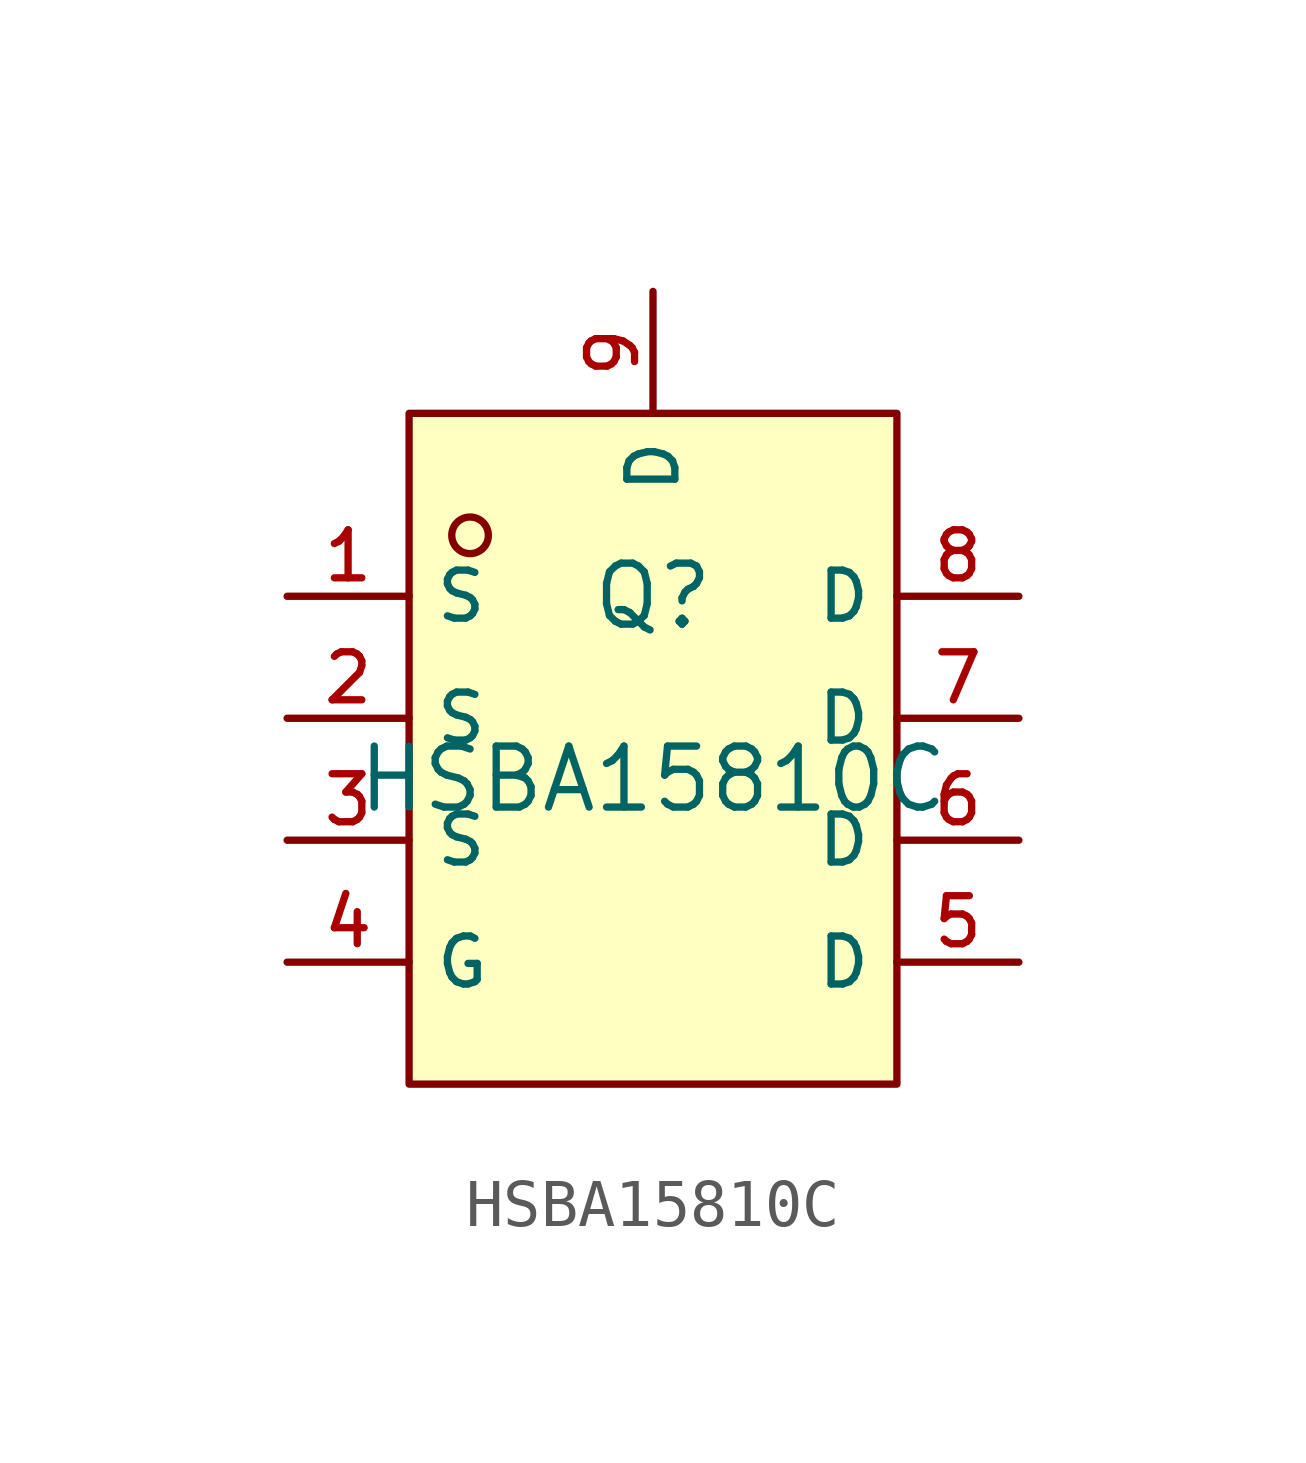
<source format=kicad_sym>
(kicad_symbol_lib
  (version 20210201)
  (generator TousstNicolas/JLC2KiCad_lib)
  (symbol "HSBA15810C"
    (property "Reference" "Q"
      (at 0 1.27 0)
      (effects (font (size 1.27 1.27))))
    (property "Value" "HSBA15810C"
      (at 0 -2.54 0)
      (effects (font (size 1.27 1.27))))
    (symbol "HSBA15810C_0_1"
      (pin unspecified line (at 7.62 1.27 180) (length 2.54) (name "D" (effects (font (size 1 1)))) (number "8" (effects (font (size 1 1)))))
      (pin unspecified line (at 7.62 -1.27 180) (length 2.54) (name "D" (effects (font (size 1 1)))) (number "7" (effects (font (size 1 1)))))
      (pin unspecified line (at 7.62 -3.81 180) (length 2.54) (name "D" (effects (font (size 1 1)))) (number "6" (effects (font (size 1 1)))))
      (pin unspecified line (at 7.62 -6.35 180) (length 2.54) (name "D" (effects (font (size 1 1)))) (number "5" (effects (font (size 1 1)))))
      (pin unspecified line (at -7.62 -6.35 0) (length 2.54) (name "G" (effects (font (size 1 1)))) (number "4" (effects (font (size 1 1)))))
      (pin unspecified line (at -7.62 -3.81 0) (length 2.54) (name "S" (effects (font (size 1 1)))) (number "3" (effects (font (size 1 1)))))
      (pin unspecified line (at -7.62 -1.27 0) (length 2.54) (name "S" (effects (font (size 1 1)))) (number "2" (effects (font (size 1 1)))))
      (pin unspecified line (at -7.62 1.27 0) (length 2.54) (name "S" (effects (font (size 1 1)))) (number "1" (effects (font (size 1 1)))))
      (circle (center -3.81 2.54) (radius 0.381) (stroke (width 0) (type default) (color 0 0 0 0)) (fill (type background)))
      (rectangle (start -5.08 5.08) (end 5.08 -8.89) (stroke (width 0) (type default) (color 0 0 0 0)) (fill (type background)))
      (pin unspecified line (at 0.0 7.62 270) (length 2.54) (name "D" (effects (font (size 1 1)))) (number "9" (effects (font (size 1 1))))))))
</source>
